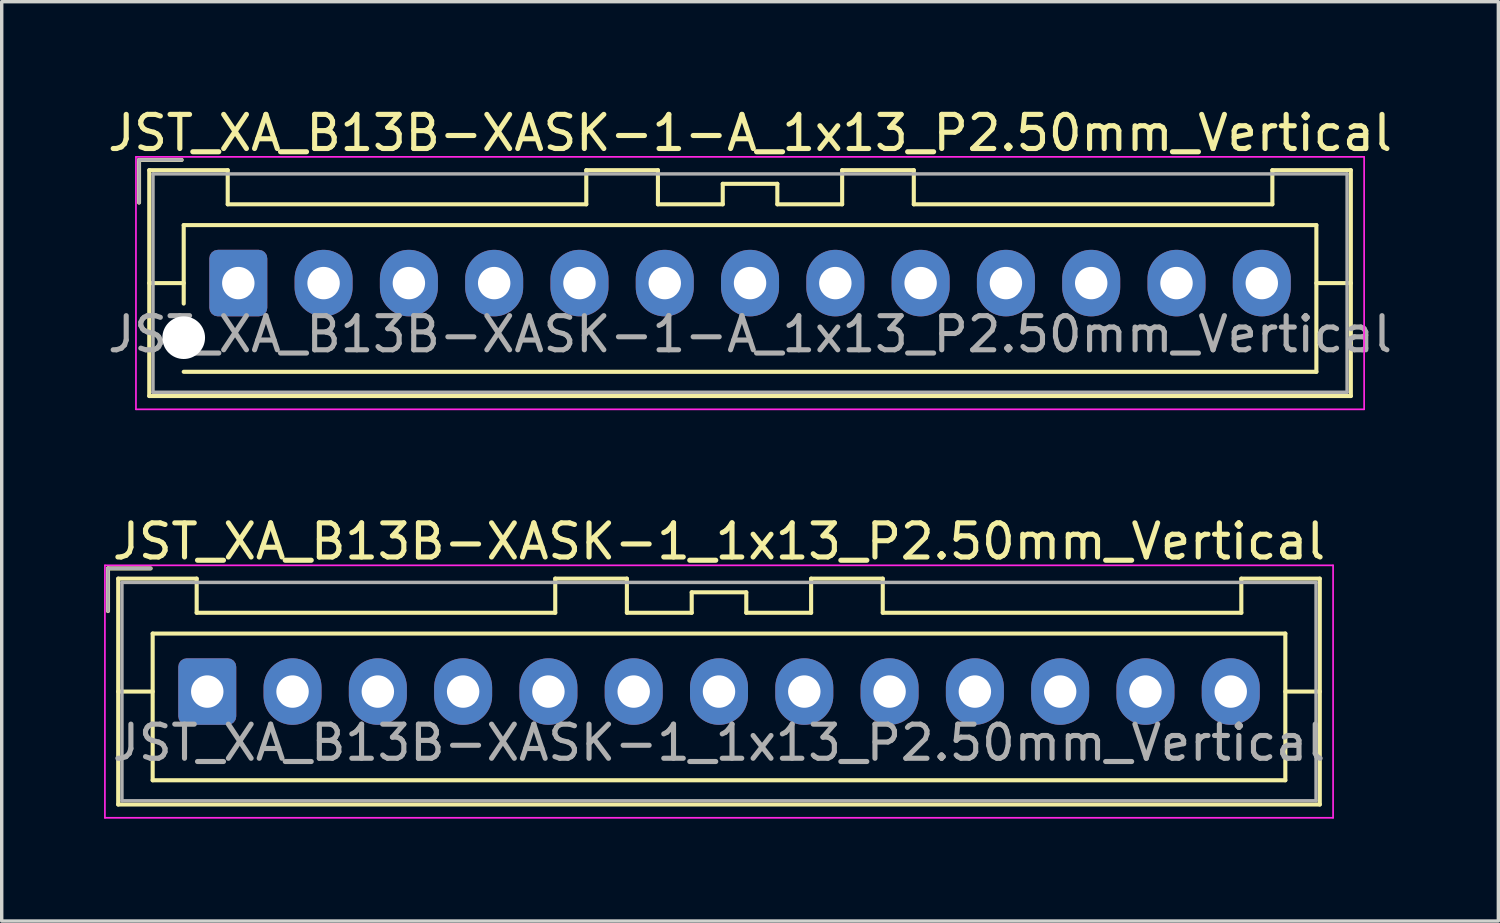
<source format=kicad_pcb>
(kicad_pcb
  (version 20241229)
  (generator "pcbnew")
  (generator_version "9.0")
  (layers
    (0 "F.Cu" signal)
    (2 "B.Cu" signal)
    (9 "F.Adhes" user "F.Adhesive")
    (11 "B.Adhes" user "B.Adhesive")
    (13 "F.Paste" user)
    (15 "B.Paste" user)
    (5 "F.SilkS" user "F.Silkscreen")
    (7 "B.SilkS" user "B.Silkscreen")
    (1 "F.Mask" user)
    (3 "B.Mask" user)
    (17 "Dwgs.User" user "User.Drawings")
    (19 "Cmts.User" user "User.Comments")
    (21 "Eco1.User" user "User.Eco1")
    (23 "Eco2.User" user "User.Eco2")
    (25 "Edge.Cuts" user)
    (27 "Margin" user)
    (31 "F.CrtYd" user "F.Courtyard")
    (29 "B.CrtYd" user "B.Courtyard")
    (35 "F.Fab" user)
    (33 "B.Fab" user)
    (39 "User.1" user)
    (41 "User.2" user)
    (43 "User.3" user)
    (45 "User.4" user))
  (footprint "JST_XA_B13B-XASK-1-A_1x13_P2.50mm_Vertical"
    (layer "F.Cu")
    (at 3.935 5.248)
    (property "Reference" "JST_XA_B13B-XASK-1-A_1x13_P2.50mm_Vertical" (at 15 -4.4 0) (layer "F.SilkS") (effects (font (size 1 1) (thickness 0.15))))
    (attr through_hole)
    (fp_line (start -2.91 -3.61) (end -2.91 -2.36) (stroke (width 0.12) (type solid)) (layer "F.SilkS"))
    (fp_line (start -2.61 -3.31) (end -2.61 3.31) (stroke (width 0.12) (type solid)) (layer "F.SilkS"))
    (fp_line (start -2.61 0) (end -1.6 0) (stroke (width 0.12) (type solid)) (layer "F.SilkS"))
    (fp_line (start -2.61 3.31) (end 32.61 3.31) (stroke (width 0.12) (type solid)) (layer "F.SilkS"))
    (fp_line (start -1.66 -3.61) (end -2.91 -3.61) (stroke (width 0.12) (type solid)) (layer "F.SilkS"))
    (fp_line (start -1.6 -1.7) (end 31.6 -1.7) (stroke (width 0.12) (type solid)) (layer "F.SilkS"))
    (fp_line (start -1.6 0.6) (end -1.6 -1.7) (stroke (width 0.12) (type solid)) (layer "F.SilkS"))
    (fp_line (start -0.31 -3.31) (end -2.61 -3.31) (stroke (width 0.12) (type solid)) (layer "F.SilkS"))
    (fp_line (start -0.31 -2.31) (end -0.31 -3.31) (stroke (width 0.12) (type solid)) (layer "F.SilkS"))
    (fp_line (start 10.2 -3.31) (end 10.2 -2.31) (stroke (width 0.12) (type solid)) (layer "F.SilkS"))
    (fp_line (start 10.2 -2.31) (end -0.31 -2.31) (stroke (width 0.12) (type solid)) (layer "F.SilkS"))
    (fp_line (start 12.3 -3.31) (end 10.2 -3.31) (stroke (width 0.12) (type solid)) (layer "F.SilkS"))
    (fp_line (start 12.3 -2.31) (end 12.3 -3.31) (stroke (width 0.12) (type solid)) (layer "F.SilkS"))
    (fp_line (start 14.2 -2.91) (end 14.2 -2.31) (stroke (width 0.12) (type solid)) (layer "F.SilkS"))
    (fp_line (start 14.2 -2.31) (end 12.3 -2.31) (stroke (width 0.12) (type solid)) (layer "F.SilkS"))
    (fp_line (start 15.8 -2.91) (end 14.2 -2.91) (stroke (width 0.12) (type solid)) (layer "F.SilkS"))
    (fp_line (start 15.8 -2.31) (end 15.8 -2.91) (stroke (width 0.12) (type solid)) (layer "F.SilkS"))
    (fp_line (start 17.7 -3.31) (end 17.7 -2.31) (stroke (width 0.12) (type solid)) (layer "F.SilkS"))
    (fp_line (start 17.7 -2.31) (end 15.8 -2.31) (stroke (width 0.12) (type solid)) (layer "F.SilkS"))
    (fp_line (start 19.8 -3.31) (end 17.7 -3.31) (stroke (width 0.12) (type solid)) (layer "F.SilkS"))
    (fp_line (start 19.8 -2.31) (end 19.8 -3.31) (stroke (width 0.12) (type solid)) (layer "F.SilkS"))
    (fp_line (start 30.31 -3.31) (end 30.31 -2.31) (stroke (width 0.12) (type solid)) (layer "F.SilkS"))
    (fp_line (start 30.31 -2.31) (end 19.8 -2.31) (stroke (width 0.12) (type solid)) (layer "F.SilkS"))
    (fp_line (start 31.6 -1.7) (end 31.6 2.6) (stroke (width 0.12) (type solid)) (layer "F.SilkS"))
    (fp_line (start 31.6 2.6) (end -1.6 2.6) (stroke (width 0.12) (type solid)) (layer "F.SilkS"))
    (fp_line (start 32.61 -3.31) (end 30.31 -3.31) (stroke (width 0.12) (type solid)) (layer "F.SilkS"))
    (fp_line (start 32.61 0) (end 31.6 0) (stroke (width 0.12) (type solid)) (layer "F.SilkS"))
    (fp_line (start 32.61 3.31) (end 32.61 -3.31) (stroke (width 0.12) (type solid)) (layer "F.SilkS"))
    (fp_line (start -3 -3.7) (end -3 3.7) (stroke (width 0.05) (type solid)) (layer "F.CrtYd"))
    (fp_line (start -3 3.7) (end 33 3.7) (stroke (width 0.05) (type solid)) (layer "F.CrtYd"))
    (fp_line (start 33 -3.7) (end -3 -3.7) (stroke (width 0.05) (type solid)) (layer "F.CrtYd"))
    (fp_line (start 33 3.7) (end 33 -3.7) (stroke (width 0.05) (type solid)) (layer "F.CrtYd"))
    (fp_line (start -2.91 -3.61) (end -2.91 -2.36) (stroke (width 0.1) (type solid)) (layer "F.Fab"))
    (fp_line (start -2.5 -3.2) (end -2.5 3.2) (stroke (width 0.1) (type solid)) (layer "F.Fab"))
    (fp_line (start -2.5 3.2) (end 32.5 3.2) (stroke (width 0.1) (type solid)) (layer "F.Fab"))
    (fp_line (start -1.66 -3.61) (end -2.91 -3.61) (stroke (width 0.1) (type solid)) (layer "F.Fab"))
    (fp_line (start 32.5 -3.2) (end -2.5 -3.2) (stroke (width 0.1) (type solid)) (layer "F.Fab"))
    (fp_line (start 32.5 3.2) (end 32.5 -3.2) (stroke (width 0.1) (type solid)) (layer "F.Fab"))
    (fp_text user "${REFERENCE}" (at 15 1.5 0) (layer "F.Fab") (effects (font (size 1 1) (thickness 0.15))))
    (pad "" np_thru_hole circle (at -1.6 1.6) (size 1.25 1.25) (drill 1.25) (layers "*.Cu" "*.Mask"))
    (pad "1" thru_hole roundrect (at 0 0) (size 1.7 1.95) (drill 0.95) (layers "*.Cu" "*.Mask") (roundrect_rratio 0.147))
    (pad "2" thru_hole oval (at 2.5 0) (size 1.7 1.95) (drill 0.95) (layers "*.Cu" "*.Mask"))
    (pad "3" thru_hole oval (at 5 0) (size 1.7 1.95) (drill 0.95) (layers "*.Cu" "*.Mask"))
    (pad "4" thru_hole oval (at 7.5 0) (size 1.7 1.95) (drill 0.95) (layers "*.Cu" "*.Mask"))
    (pad "5" thru_hole oval (at 10 0) (size 1.7 1.95) (drill 0.95) (layers "*.Cu" "*.Mask"))
    (pad "6" thru_hole oval (at 12.5 0) (size 1.7 1.95) (drill 0.95) (layers "*.Cu" "*.Mask"))
    (pad "7" thru_hole oval (at 15 0) (size 1.7 1.95) (drill 0.95) (layers "*.Cu" "*.Mask"))
    (pad "8" thru_hole oval (at 17.5 0) (size 1.7 1.95) (drill 0.95) (layers "*.Cu" "*.Mask"))
    (pad "9" thru_hole oval (at 20 0) (size 1.7 1.95) (drill 0.95) (layers "*.Cu" "*.Mask"))
    (pad "10" thru_hole oval (at 22.5 0) (size 1.7 1.95) (drill 0.95) (layers "*.Cu" "*.Mask"))
    (pad "11" thru_hole oval (at 25 0) (size 1.7 1.95) (drill 0.95) (layers "*.Cu" "*.Mask"))
    (pad "12" thru_hole oval (at 27.5 0) (size 1.7 1.95) (drill 0.95) (layers "*.Cu" "*.Mask"))
    (pad "13" thru_hole oval (at 30 0) (size 1.7 1.95) (drill 0.95) (layers "*.Cu" "*.Mask")))
  (footprint "JST_XA_B13B-XASK-1_1x13_P2.50mm_Vertical"
    (layer "F.Cu")
    (at 3.025 17.221)
    (property "Reference" "JST_XA_B13B-XASK-1_1x13_P2.50mm_Vertical" (at 15 -4.4 0) (layer "F.SilkS") (effects (font (size 1 1) (thickness 0.15))))
    (attr through_hole)
    (fp_line (start -2.91 -3.61) (end -2.91 -2.36) (stroke (width 0.12) (type solid)) (layer "F.SilkS"))
    (fp_line (start -2.61 -3.31) (end -2.61 3.31) (stroke (width 0.12) (type solid)) (layer "F.SilkS"))
    (fp_line (start -2.61 0) (end -1.6 0) (stroke (width 0.12) (type solid)) (layer "F.SilkS"))
    (fp_line (start -2.61 3.31) (end 32.61 3.31) (stroke (width 0.12) (type solid)) (layer "F.SilkS"))
    (fp_line (start -1.66 -3.61) (end -2.91 -3.61) (stroke (width 0.12) (type solid)) (layer "F.SilkS"))
    (fp_line (start -1.6 -1.7) (end -1.6 2.6) (stroke (width 0.12) (type solid)) (layer "F.SilkS"))
    (fp_line (start -1.6 2.6) (end 31.6 2.6) (stroke (width 0.12) (type solid)) (layer "F.SilkS"))
    (fp_line (start -0.31 -3.31) (end -2.61 -3.31) (stroke (width 0.12) (type solid)) (layer "F.SilkS"))
    (fp_line (start -0.31 -2.31) (end -0.31 -3.31) (stroke (width 0.12) (type solid)) (layer "F.SilkS"))
    (fp_line (start 10.2 -3.31) (end 10.2 -2.31) (stroke (width 0.12) (type solid)) (layer "F.SilkS"))
    (fp_line (start 10.2 -2.31) (end -0.31 -2.31) (stroke (width 0.12) (type solid)) (layer "F.SilkS"))
    (fp_line (start 12.3 -3.31) (end 10.2 -3.31) (stroke (width 0.12) (type solid)) (layer "F.SilkS"))
    (fp_line (start 12.3 -2.31) (end 12.3 -3.31) (stroke (width 0.12) (type solid)) (layer "F.SilkS"))
    (fp_line (start 14.2 -2.91) (end 14.2 -2.31) (stroke (width 0.12) (type solid)) (layer "F.SilkS"))
    (fp_line (start 14.2 -2.31) (end 12.3 -2.31) (stroke (width 0.12) (type solid)) (layer "F.SilkS"))
    (fp_line (start 15.8 -2.91) (end 14.2 -2.91) (stroke (width 0.12) (type solid)) (layer "F.SilkS"))
    (fp_line (start 15.8 -2.31) (end 15.8 -2.91) (stroke (width 0.12) (type solid)) (layer "F.SilkS"))
    (fp_line (start 17.7 -3.31) (end 17.7 -2.31) (stroke (width 0.12) (type solid)) (layer "F.SilkS"))
    (fp_line (start 17.7 -2.31) (end 15.8 -2.31) (stroke (width 0.12) (type solid)) (layer "F.SilkS"))
    (fp_line (start 19.8 -3.31) (end 17.7 -3.31) (stroke (width 0.12) (type solid)) (layer "F.SilkS"))
    (fp_line (start 19.8 -2.31) (end 19.8 -3.31) (stroke (width 0.12) (type solid)) (layer "F.SilkS"))
    (fp_line (start 30.31 -3.31) (end 30.31 -2.31) (stroke (width 0.12) (type solid)) (layer "F.SilkS"))
    (fp_line (start 30.31 -2.31) (end 19.8 -2.31) (stroke (width 0.12) (type solid)) (layer "F.SilkS"))
    (fp_line (start 31.6 -1.7) (end -1.6 -1.7) (stroke (width 0.12) (type solid)) (layer "F.SilkS"))
    (fp_line (start 31.6 2.6) (end 31.6 -1.7) (stroke (width 0.12) (type solid)) (layer "F.SilkS"))
    (fp_line (start 32.61 -3.31) (end 30.31 -3.31) (stroke (width 0.12) (type solid)) (layer "F.SilkS"))
    (fp_line (start 32.61 0) (end 31.6 0) (stroke (width 0.12) (type solid)) (layer "F.SilkS"))
    (fp_line (start 32.61 3.31) (end 32.61 -3.31) (stroke (width 0.12) (type solid)) (layer "F.SilkS"))
    (fp_line (start -3 -3.7) (end -3 3.7) (stroke (width 0.05) (type solid)) (layer "F.CrtYd"))
    (fp_line (start -3 3.7) (end 33 3.7) (stroke (width 0.05) (type solid)) (layer "F.CrtYd"))
    (fp_line (start 33 -3.7) (end -3 -3.7) (stroke (width 0.05) (type solid)) (layer "F.CrtYd"))
    (fp_line (start 33 3.7) (end 33 -3.7) (stroke (width 0.05) (type solid)) (layer "F.CrtYd"))
    (fp_line (start -2.91 -3.61) (end -2.91 -2.36) (stroke (width 0.1) (type solid)) (layer "F.Fab"))
    (fp_line (start -2.5 -3.2) (end -2.5 3.2) (stroke (width 0.1) (type solid)) (layer "F.Fab"))
    (fp_line (start -2.5 3.2) (end 32.5 3.2) (stroke (width 0.1) (type solid)) (layer "F.Fab"))
    (fp_line (start -1.66 -3.61) (end -2.91 -3.61) (stroke (width 0.1) (type solid)) (layer "F.Fab"))
    (fp_line (start 32.5 -3.2) (end -2.5 -3.2) (stroke (width 0.1) (type solid)) (layer "F.Fab"))
    (fp_line (start 32.5 3.2) (end 32.5 -3.2) (stroke (width 0.1) (type solid)) (layer "F.Fab"))
    (fp_text user "${REFERENCE}" (at 15 1.5 0) (layer "F.Fab") (effects (font (size 1 1) (thickness 0.15))))
    (pad "1" thru_hole roundrect (at 0 0) (size 1.7 1.95) (drill 0.95) (layers "*.Cu" "*.Mask") (roundrect_rratio 0.147))
    (pad "2" thru_hole oval (at 2.5 0) (size 1.7 1.95) (drill 0.95) (layers "*.Cu" "*.Mask"))
    (pad "3" thru_hole oval (at 5 0) (size 1.7 1.95) (drill 0.95) (layers "*.Cu" "*.Mask"))
    (pad "4" thru_hole oval (at 7.5 0) (size 1.7 1.95) (drill 0.95) (layers "*.Cu" "*.Mask"))
    (pad "5" thru_hole oval (at 10 0) (size 1.7 1.95) (drill 0.95) (layers "*.Cu" "*.Mask"))
    (pad "6" thru_hole oval (at 12.5 0) (size 1.7 1.95) (drill 0.95) (layers "*.Cu" "*.Mask"))
    (pad "7" thru_hole oval (at 15 0) (size 1.7 1.95) (drill 0.95) (layers "*.Cu" "*.Mask"))
    (pad "8" thru_hole oval (at 17.5 0) (size 1.7 1.95) (drill 0.95) (layers "*.Cu" "*.Mask"))
    (pad "9" thru_hole oval (at 20 0) (size 1.7 1.95) (drill 0.95) (layers "*.Cu" "*.Mask"))
    (pad "10" thru_hole oval (at 22.5 0) (size 1.7 1.95) (drill 0.95) (layers "*.Cu" "*.Mask"))
    (pad "11" thru_hole oval (at 25 0) (size 1.7 1.95) (drill 0.95) (layers "*.Cu" "*.Mask"))
    (pad "12" thru_hole oval (at 27.5 0) (size 1.7 1.95) (drill 0.95) (layers "*.Cu" "*.Mask"))
    (pad "13" thru_hole oval (at 30 0) (size 1.7 1.95) (drill 0.95) (layers "*.Cu" "*.Mask")))
  (gr_rect
    (start -3 -3)
    (end 40.869 23.947)
    (stroke (width 0.1) (type default))
    (fill no)
    (layer "Edge.Cuts")))
</source>
